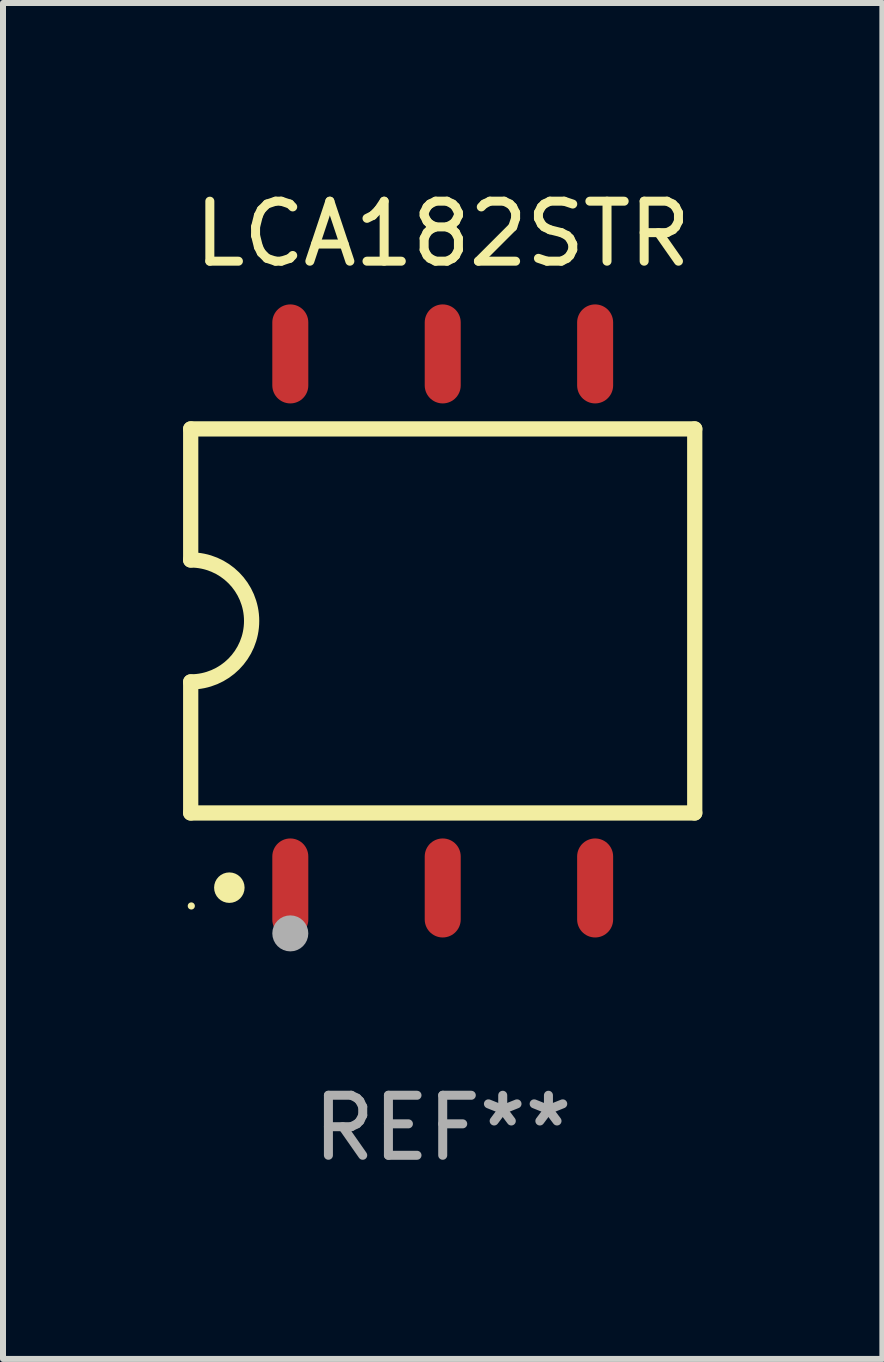
<source format=kicad_pcb>
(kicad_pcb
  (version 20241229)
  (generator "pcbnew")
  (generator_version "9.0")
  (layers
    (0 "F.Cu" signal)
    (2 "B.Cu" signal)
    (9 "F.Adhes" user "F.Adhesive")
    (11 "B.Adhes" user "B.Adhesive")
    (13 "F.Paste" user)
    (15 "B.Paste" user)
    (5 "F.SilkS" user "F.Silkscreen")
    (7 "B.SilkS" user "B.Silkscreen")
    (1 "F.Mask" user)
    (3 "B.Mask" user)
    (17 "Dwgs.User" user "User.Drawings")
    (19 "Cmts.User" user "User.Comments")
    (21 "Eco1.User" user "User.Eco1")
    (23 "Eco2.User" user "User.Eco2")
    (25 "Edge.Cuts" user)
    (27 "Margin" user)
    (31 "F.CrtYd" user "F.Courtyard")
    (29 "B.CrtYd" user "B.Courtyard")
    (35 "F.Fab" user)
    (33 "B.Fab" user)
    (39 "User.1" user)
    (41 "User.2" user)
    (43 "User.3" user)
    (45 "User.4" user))
  (footprint "LCA182STR"
    (layer "F.Cu")
    (at 4.328 7.298)
    (property "Reference" "LCA182STR" (at 0 -6.45 0) (layer "F.SilkS") (effects (font (size 1 1) (thickness 0.15))))
    (attr through_hole)
    (fp_line (start -4.2 -3.2) (end -4.2 -1.016) (stroke (width 0.254) (type solid)) (layer "F.SilkS"))
    (fp_line (start -4.2 -3.2) (end 4.2 -3.2) (stroke (width 0.254) (type solid)) (layer "F.SilkS"))
    (fp_line (start -4.2 3.2) (end -4.2 1.016) (stroke (width 0.254) (type solid)) (layer "F.SilkS"))
    (fp_line (start 4.2 -3.2) (end 4.2 3.2) (stroke (width 0.254) (type solid)) (layer "F.SilkS"))
    (fp_line (start 4.2 3.2) (end -4.2 3.2) (stroke (width 0.254) (type solid)) (layer "F.SilkS"))
    (fp_arc (start -4.201169 -1.016003) (mid -3.185166 -0.000585) (end -4.2 1.016002) (stroke (width 0.254001) (type solid)) (layer "F.SilkS"))
    (fp_circle (center -4.19 4.75) (end -4.16 4.75) (stroke (width 0.06) (type solid)) (fill no) (layer "F.SilkS"))
    (fp_circle (center -3.556 4.445) (end -3.429 4.445) (stroke (width 0.254) (type solid)) (fill no) (layer "F.SilkS"))
    (fp_circle (center -2.54 5.207) (end -2.39 5.207) (stroke (width 0.3) (type solid)) (fill no) (layer "F.Fab"))
    (fp_text user "REF**" (at 0 8.45 0) (layer "F.Fab") (effects (font (size 1 1) (thickness 0.15))))
    (pad "1" smd oval (at -2.54 4.45 90) (size 1.65 0.6) (layers "F.Cu" "F.Mask" "F.Paste"))
    (pad "2" smd oval (at 0 4.45 90) (size 1.65 0.6) (layers "F.Cu" "F.Mask" "F.Paste"))
    (pad "3" smd oval (at 2.54 4.45 90) (size 1.65 0.6) (layers "F.Cu" "F.Mask" "F.Paste"))
    (pad "4" smd oval (at 2.54 -4.45 90) (size 1.65 0.6) (layers "F.Cu" "F.Mask" "F.Paste"))
    (pad "5" smd oval (at 0 -4.45 90) (size 1.65 0.6) (layers "F.Cu" "F.Mask" "F.Paste"))
    (pad "6" smd oval (at -2.54 -4.45 90) (size 1.65 0.6) (layers "F.Cu" "F.Mask" "F.Paste")))
  (gr_rect
    (start -3 -3)
    (end 11.655 19.597)
    (stroke (width 0.1) (type default))
    (fill no)
    (layer "Edge.Cuts")))
</source>
